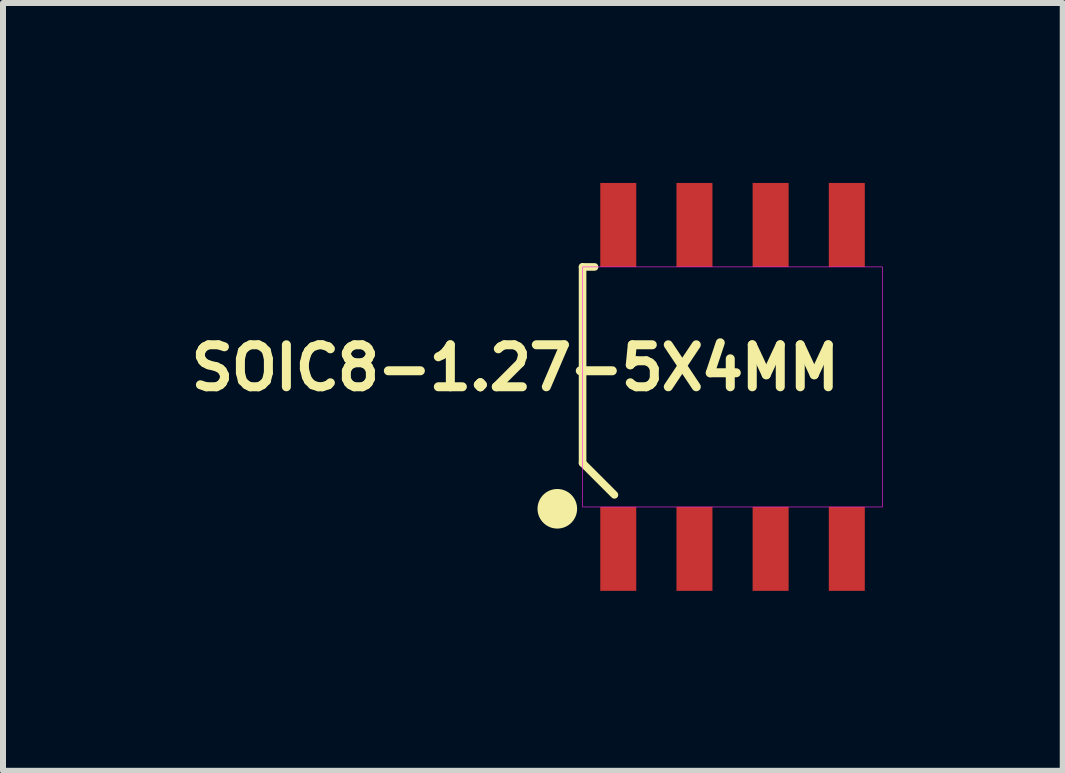
<source format=kicad_pcb>
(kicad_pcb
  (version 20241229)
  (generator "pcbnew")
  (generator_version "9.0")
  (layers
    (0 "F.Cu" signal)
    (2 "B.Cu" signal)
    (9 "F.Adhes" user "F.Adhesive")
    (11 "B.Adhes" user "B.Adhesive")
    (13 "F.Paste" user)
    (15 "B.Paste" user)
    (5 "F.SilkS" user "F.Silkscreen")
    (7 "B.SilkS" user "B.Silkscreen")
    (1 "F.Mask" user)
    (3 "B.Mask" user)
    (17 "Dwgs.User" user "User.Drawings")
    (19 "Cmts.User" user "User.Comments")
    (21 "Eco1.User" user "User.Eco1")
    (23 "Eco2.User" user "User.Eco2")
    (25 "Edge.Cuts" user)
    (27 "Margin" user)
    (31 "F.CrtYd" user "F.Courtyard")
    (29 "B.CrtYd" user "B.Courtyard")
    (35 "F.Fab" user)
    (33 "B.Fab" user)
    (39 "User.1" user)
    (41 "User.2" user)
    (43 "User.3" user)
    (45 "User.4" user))
  (footprint "SOIC8-1.27-5X4MM"
    (layer "F.Cu")
    (at 9.162 3.4)
    (property "Reference" "SOIC8-1.27-5X4MM" (at -3.621 -0.318 180) (layer "F.SilkS") (effects (font (size 0.7 0.7) (thickness 0.15))))
    (attr through_hole)
    (fp_line (start -2.5 -2) (end -2.3 -2) (stroke (width 0.127) (type solid)) (layer "F.SilkS"))
    (fp_line (start -2.5 1.269) (end -2.5 -2) (stroke (width 0.127) (type solid)) (layer "F.SilkS"))
    (fp_line (start -1.969 1.8) (end -2.5 1.269) (stroke (width 0.127) (type solid)) (layer "F.SilkS"))
    (fp_circle (center -2.921 2.032) (end -2.591 2.032) (stroke (width 0) (type solid)) (fill yes) (layer "F.SilkS"))
    (fp_poly (pts (xy -2.503 -2) (xy 2.5 -2) (xy 2.5 2.002) (xy -2.503 2.002)) (stroke (width 0.01) (type solid)) (fill no) (layer "F.CrtYd"))
    (pad "1" smd rect (at -1.905 2.7) (size 0.6 1.4) (layers "F.Cu" "F.Mask" "F.Paste"))
    (pad "2" smd rect (at -0.635 2.7) (size 0.6 1.4) (layers "F.Cu" "F.Mask" "F.Paste"))
    (pad "3" smd rect (at 0.635 2.7) (size 0.6 1.4) (layers "F.Cu" "F.Mask" "F.Paste"))
    (pad "4" smd rect (at 1.905 2.7) (size 0.6 1.4) (layers "F.Cu" "F.Mask" "F.Paste"))
    (pad "5" smd rect (at 1.905 -2.7) (size 0.6 1.4) (layers "F.Cu" "F.Mask" "F.Paste"))
    (pad "6" smd rect (at 0.635 -2.7) (size 0.6 1.4) (layers "F.Cu" "F.Mask" "F.Paste"))
    (pad "7" smd rect (at -0.635 -2.7) (size 0.6 1.4) (layers "F.Cu" "F.Mask" "F.Paste"))
    (pad "8" smd rect (at -1.905 -2.7) (size 0.6 1.4) (layers "F.Cu" "F.Mask" "F.Paste")))
  (gr_rect
    (start -3 -3)
    (end 14.667 9.8)
    (stroke (width 0.1) (type default))
    (fill no)
    (layer "Edge.Cuts")))
</source>
